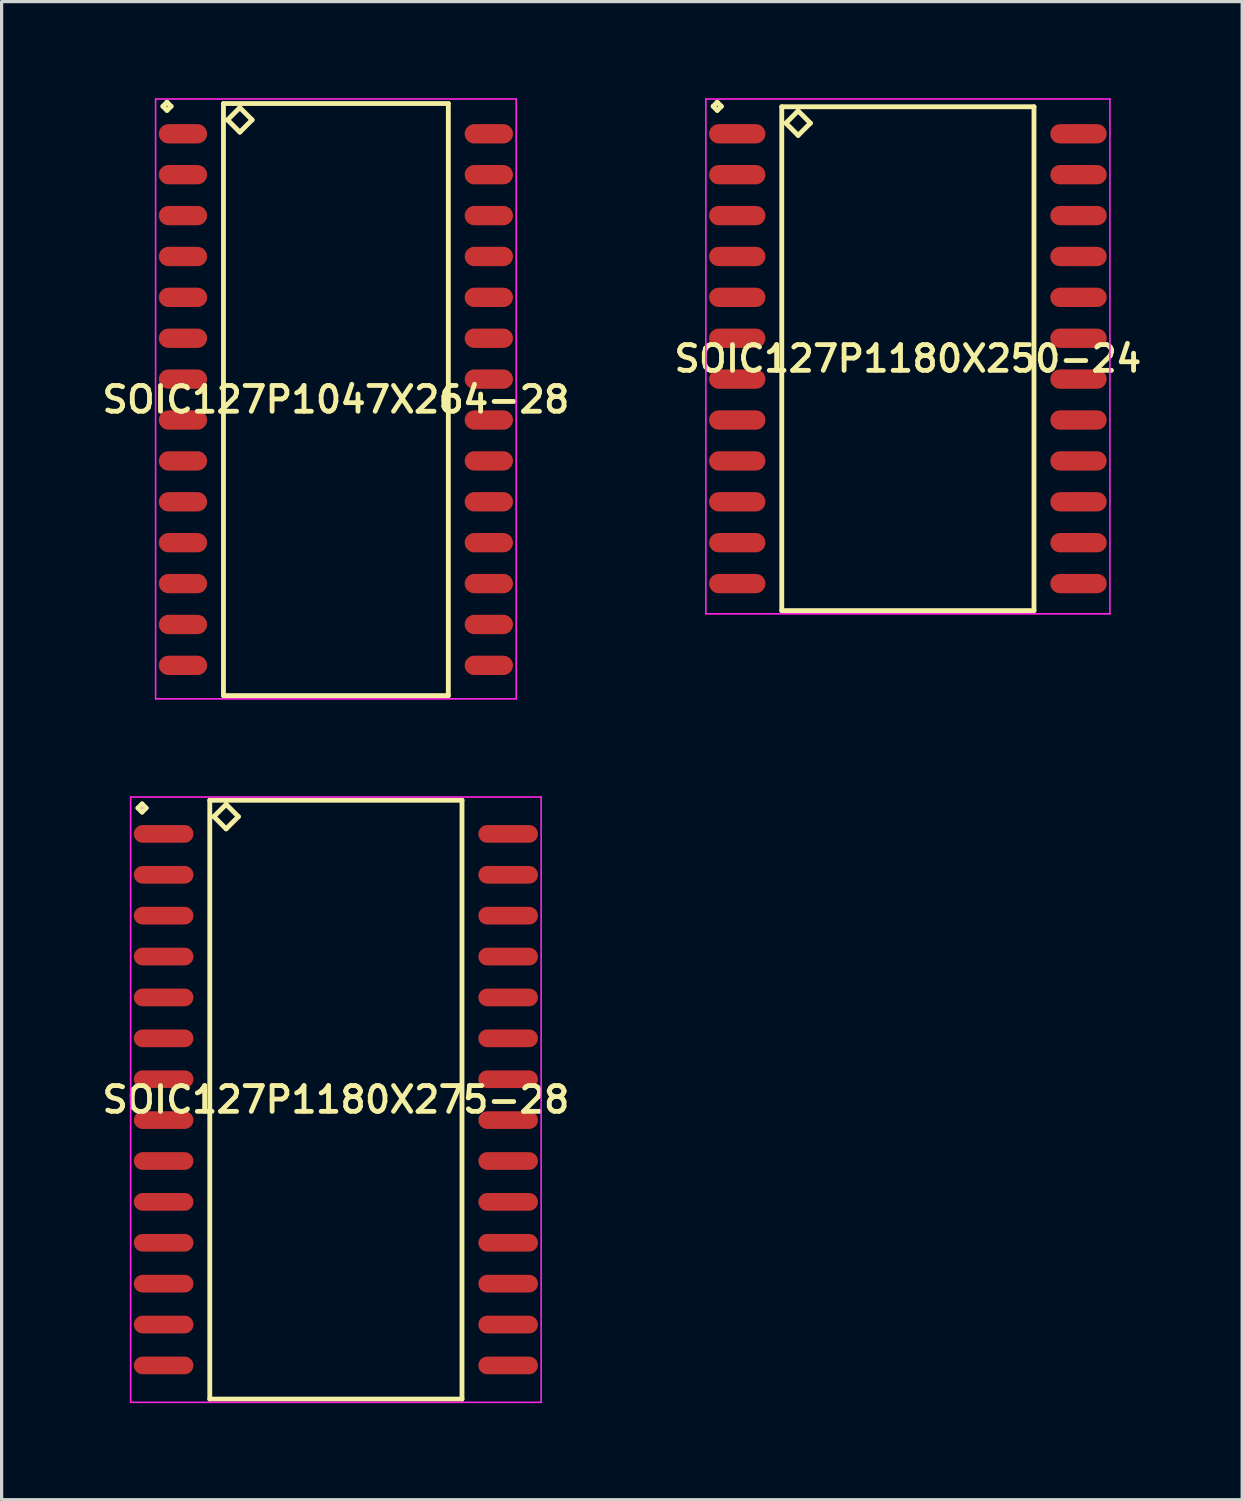
<source format=kicad_pcb>
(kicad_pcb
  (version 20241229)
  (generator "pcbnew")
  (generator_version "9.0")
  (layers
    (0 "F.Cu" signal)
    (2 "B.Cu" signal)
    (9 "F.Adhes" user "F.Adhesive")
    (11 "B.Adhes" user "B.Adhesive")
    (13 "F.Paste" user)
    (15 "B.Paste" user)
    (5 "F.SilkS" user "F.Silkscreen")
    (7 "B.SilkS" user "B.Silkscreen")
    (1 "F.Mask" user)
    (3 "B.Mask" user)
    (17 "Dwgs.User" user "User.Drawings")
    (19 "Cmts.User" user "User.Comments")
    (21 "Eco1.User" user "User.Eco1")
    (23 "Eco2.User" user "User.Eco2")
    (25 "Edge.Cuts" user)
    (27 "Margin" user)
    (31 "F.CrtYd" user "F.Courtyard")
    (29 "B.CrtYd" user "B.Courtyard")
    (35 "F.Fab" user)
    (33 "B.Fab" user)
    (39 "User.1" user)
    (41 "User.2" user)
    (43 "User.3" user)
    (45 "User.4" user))
  (footprint "SOIC127P1180X275-28"
    (layer "F.Cu")
    (at 7.383 31.106)
    (property "Reference" "SOIC127P1180X275-28" (at 0 0 0) (layer "F.SilkS") (effects (font (size 0.8 0.8) (thickness 0.15))))
    (attr smd)
    (fp_line (start -6.148 -9.059) (end -6.021 -9.186) (stroke (width 0.15) (type solid)) (layer "F.SilkS"))
    (fp_line (start -6.021 -9.186) (end -5.894 -9.059) (stroke (width 0.15) (type solid)) (layer "F.SilkS"))
    (fp_line (start -6.021 -8.932) (end -6.148 -9.059) (stroke (width 0.15) (type solid)) (layer "F.SilkS"))
    (fp_line (start -5.894 -9.059) (end -6.021 -8.932) (stroke (width 0.15) (type solid)) (layer "F.SilkS"))
    (fp_line (start -3.917 -9.3) (end -3.917 9.3) (stroke (width 0.15) (type solid)) (layer "F.SilkS"))
    (fp_line (start -3.917 9.3) (end 3.917 9.3) (stroke (width 0.15) (type solid)) (layer "F.SilkS"))
    (fp_line (start -3.79 -8.792) (end -3.409 -9.173) (stroke (width 0.15) (type solid)) (layer "F.SilkS"))
    (fp_line (start -3.409 -9.173) (end -3.028 -8.792) (stroke (width 0.15) (type solid)) (layer "F.SilkS"))
    (fp_line (start -3.409 -8.411) (end -3.79 -8.792) (stroke (width 0.15) (type solid)) (layer "F.SilkS"))
    (fp_line (start -3.028 -8.792) (end -3.409 -8.411) (stroke (width 0.15) (type solid)) (layer "F.SilkS"))
    (fp_line (start 3.917 -9.3) (end -3.917 -9.3) (stroke (width 0.15) (type solid)) (layer "F.SilkS"))
    (fp_line (start 3.917 9.3) (end 3.917 -9.3) (stroke (width 0.15) (type solid)) (layer "F.SilkS"))
    (fp_line (start -6.375 -9.4) (end 6.375 -9.4) (stroke (width 0.05) (type solid)) (layer "F.CrtYd"))
    (fp_line (start -6.375 9.4) (end -6.375 -9.4) (stroke (width 0.05) (type solid)) (layer "F.CrtYd"))
    (fp_line (start 6.375 -9.4) (end 6.375 9.4) (stroke (width 0.05) (type solid)) (layer "F.CrtYd"))
    (fp_line (start 6.375 9.4) (end -6.375 9.4) (stroke (width 0.05) (type solid)) (layer "F.CrtYd"))
    (pad "1" smd oval (at -5.35 -8.255) (size 1.85 0.55) (layers "F.Cu" "F.Mask" "F.Paste"))
    (pad "2" smd oval (at -5.35 -6.985) (size 1.85 0.55) (layers "F.Cu" "F.Mask" "F.Paste"))
    (pad "3" smd oval (at -5.35 -5.715) (size 1.85 0.55) (layers "F.Cu" "F.Mask" "F.Paste"))
    (pad "4" smd oval (at -5.35 -4.445) (size 1.85 0.55) (layers "F.Cu" "F.Mask" "F.Paste"))
    (pad "5" smd oval (at -5.35 -3.175) (size 1.85 0.55) (layers "F.Cu" "F.Mask" "F.Paste"))
    (pad "6" smd oval (at -5.35 -1.905) (size 1.85 0.55) (layers "F.Cu" "F.Mask" "F.Paste"))
    (pad "7" smd oval (at -5.35 -0.635) (size 1.85 0.55) (layers "F.Cu" "F.Mask" "F.Paste"))
    (pad "8" smd oval (at -5.35 0.635) (size 1.85 0.55) (layers "F.Cu" "F.Mask" "F.Paste"))
    (pad "9" smd oval (at -5.35 1.905) (size 1.85 0.55) (layers "F.Cu" "F.Mask" "F.Paste"))
    (pad "10" smd oval (at -5.35 3.175) (size 1.85 0.55) (layers "F.Cu" "F.Mask" "F.Paste"))
    (pad "11" smd oval (at -5.35 4.445) (size 1.85 0.55) (layers "F.Cu" "F.Mask" "F.Paste"))
    (pad "12" smd oval (at -5.35 5.715) (size 1.85 0.55) (layers "F.Cu" "F.Mask" "F.Paste"))
    (pad "13" smd oval (at -5.35 6.985) (size 1.85 0.55) (layers "F.Cu" "F.Mask" "F.Paste"))
    (pad "14" smd oval (at -5.35 8.255) (size 1.85 0.55) (layers "F.Cu" "F.Mask" "F.Paste"))
    (pad "15" smd oval (at 5.35 8.255) (size 1.85 0.55) (layers "F.Cu" "F.Mask" "F.Paste"))
    (pad "16" smd oval (at 5.35 6.985) (size 1.85 0.55) (layers "F.Cu" "F.Mask" "F.Paste"))
    (pad "17" smd oval (at 5.35 5.715) (size 1.85 0.55) (layers "F.Cu" "F.Mask" "F.Paste"))
    (pad "18" smd oval (at 5.35 4.445) (size 1.85 0.55) (layers "F.Cu" "F.Mask" "F.Paste"))
    (pad "19" smd oval (at 5.35 3.175) (size 1.85 0.55) (layers "F.Cu" "F.Mask" "F.Paste"))
    (pad "20" smd oval (at 5.35 1.905) (size 1.85 0.55) (layers "F.Cu" "F.Mask" "F.Paste"))
    (pad "21" smd oval (at 5.35 0.635) (size 1.85 0.55) (layers "F.Cu" "F.Mask" "F.Paste"))
    (pad "22" smd oval (at 5.35 -0.635) (size 1.85 0.55) (layers "F.Cu" "F.Mask" "F.Paste"))
    (pad "23" smd oval (at 5.35 -1.905) (size 1.85 0.55) (layers "F.Cu" "F.Mask" "F.Paste"))
    (pad "24" smd oval (at 5.35 -3.175) (size 1.85 0.55) (layers "F.Cu" "F.Mask" "F.Paste"))
    (pad "25" smd oval (at 5.35 -4.445) (size 1.85 0.55) (layers "F.Cu" "F.Mask" "F.Paste"))
    (pad "26" smd oval (at 5.35 -5.715) (size 1.85 0.55) (layers "F.Cu" "F.Mask" "F.Paste"))
    (pad "27" smd oval (at 5.35 -6.985) (size 1.85 0.55) (layers "F.Cu" "F.Mask" "F.Paste"))
    (pad "28" smd oval (at 5.35 -8.255) (size 1.85 0.55) (layers "F.Cu" "F.Mask" "F.Paste")))
  (footprint "SOIC127P1180X250-24"
    (layer "F.Cu")
    (at 25.149 8.091)
    (property "Reference" "SOIC127P1180X250-24" (at 0 0 0) (layer "F.SilkS") (effects (font (size 0.8 0.8) (thickness 0.15))))
    (attr smd)
    (fp_line (start -6.048 -7.839) (end -5.921 -7.966) (stroke (width 0.15) (type solid)) (layer "F.SilkS"))
    (fp_line (start -5.921 -7.966) (end -5.794 -7.839) (stroke (width 0.15) (type solid)) (layer "F.SilkS"))
    (fp_line (start -5.921 -7.712) (end -6.048 -7.839) (stroke (width 0.15) (type solid)) (layer "F.SilkS"))
    (fp_line (start -5.794 -7.839) (end -5.921 -7.712) (stroke (width 0.15) (type solid)) (layer "F.SilkS"))
    (fp_line (start -3.917 -7.825) (end -3.917 7.825) (stroke (width 0.15) (type solid)) (layer "F.SilkS"))
    (fp_line (start -3.917 7.825) (end 3.917 7.825) (stroke (width 0.15) (type solid)) (layer "F.SilkS"))
    (fp_line (start -3.79 -7.317) (end -3.409 -7.698) (stroke (width 0.15) (type solid)) (layer "F.SilkS"))
    (fp_line (start -3.409 -7.698) (end -3.028 -7.317) (stroke (width 0.15) (type solid)) (layer "F.SilkS"))
    (fp_line (start -3.409 -6.936) (end -3.79 -7.317) (stroke (width 0.15) (type solid)) (layer "F.SilkS"))
    (fp_line (start -3.028 -7.317) (end -3.409 -6.936) (stroke (width 0.15) (type solid)) (layer "F.SilkS"))
    (fp_line (start 3.917 -7.825) (end -3.917 -7.825) (stroke (width 0.15) (type solid)) (layer "F.SilkS"))
    (fp_line (start 3.917 7.825) (end 3.917 -7.825) (stroke (width 0.15) (type solid)) (layer "F.SilkS"))
    (fp_line (start -6.275 -8.066) (end 6.275 -8.066) (stroke (width 0.05) (type solid)) (layer "F.CrtYd"))
    (fp_line (start -6.275 7.925) (end -6.275 -8.066) (stroke (width 0.05) (type solid)) (layer "F.CrtYd"))
    (fp_line (start 6.275 -8.066) (end 6.275 7.925) (stroke (width 0.05) (type solid)) (layer "F.CrtYd"))
    (fp_line (start 6.275 7.925) (end -6.275 7.925) (stroke (width 0.05) (type solid)) (layer "F.CrtYd"))
    (pad "1" smd oval (at -5.3 -6.985) (size 1.75 0.6) (layers "F.Cu" "F.Mask" "F.Paste"))
    (pad "2" smd oval (at -5.3 -5.715) (size 1.75 0.6) (layers "F.Cu" "F.Mask" "F.Paste"))
    (pad "3" smd oval (at -5.3 -4.445) (size 1.75 0.6) (layers "F.Cu" "F.Mask" "F.Paste"))
    (pad "4" smd oval (at -5.3 -3.175) (size 1.75 0.6) (layers "F.Cu" "F.Mask" "F.Paste"))
    (pad "5" smd oval (at -5.3 -1.905) (size 1.75 0.6) (layers "F.Cu" "F.Mask" "F.Paste"))
    (pad "6" smd oval (at -5.3 -0.635) (size 1.75 0.6) (layers "F.Cu" "F.Mask" "F.Paste"))
    (pad "7" smd oval (at -5.3 0.635) (size 1.75 0.6) (layers "F.Cu" "F.Mask" "F.Paste"))
    (pad "8" smd oval (at -5.3 1.905) (size 1.75 0.6) (layers "F.Cu" "F.Mask" "F.Paste"))
    (pad "9" smd oval (at -5.3 3.175) (size 1.75 0.6) (layers "F.Cu" "F.Mask" "F.Paste"))
    (pad "10" smd oval (at -5.3 4.445) (size 1.75 0.6) (layers "F.Cu" "F.Mask" "F.Paste"))
    (pad "11" smd oval (at -5.3 5.715) (size 1.75 0.6) (layers "F.Cu" "F.Mask" "F.Paste"))
    (pad "12" smd oval (at -5.3 6.985) (size 1.75 0.6) (layers "F.Cu" "F.Mask" "F.Paste"))
    (pad "13" smd oval (at 5.3 6.985) (size 1.75 0.6) (layers "F.Cu" "F.Mask" "F.Paste"))
    (pad "14" smd oval (at 5.3 5.715) (size 1.75 0.6) (layers "F.Cu" "F.Mask" "F.Paste"))
    (pad "15" smd oval (at 5.3 4.445) (size 1.75 0.6) (layers "F.Cu" "F.Mask" "F.Paste"))
    (pad "16" smd oval (at 5.3 3.175) (size 1.75 0.6) (layers "F.Cu" "F.Mask" "F.Paste"))
    (pad "17" smd oval (at 5.3 1.905) (size 1.75 0.6) (layers "F.Cu" "F.Mask" "F.Paste"))
    (pad "18" smd oval (at 5.3 0.635) (size 1.75 0.6) (layers "F.Cu" "F.Mask" "F.Paste"))
    (pad "19" smd oval (at 5.3 -0.635) (size 1.75 0.6) (layers "F.Cu" "F.Mask" "F.Paste"))
    (pad "20" smd oval (at 5.3 -1.905) (size 1.75 0.6) (layers "F.Cu" "F.Mask" "F.Paste"))
    (pad "21" smd oval (at 5.3 -3.175) (size 1.75 0.6) (layers "F.Cu" "F.Mask" "F.Paste"))
    (pad "22" smd oval (at 5.3 -4.445) (size 1.75 0.6) (layers "F.Cu" "F.Mask" "F.Paste"))
    (pad "23" smd oval (at 5.3 -5.715) (size 1.75 0.6) (layers "F.Cu" "F.Mask" "F.Paste"))
    (pad "24" smd oval (at 5.3 -6.985) (size 1.75 0.6) (layers "F.Cu" "F.Mask" "F.Paste")))
  (footprint "SOIC127P1047X264-28"
    (layer "F.Cu")
    (at 7.383 9.361)
    (property "Reference" "SOIC127P1047X264-28" (at 0 0 0) (layer "F.SilkS") (effects (font (size 0.8 0.8) (thickness 0.15))))
    (attr smd)
    (fp_line (start -5.373 -9.109) (end -5.246 -9.236) (stroke (width 0.15) (type solid)) (layer "F.SilkS"))
    (fp_line (start -5.246 -9.236) (end -5.119 -9.109) (stroke (width 0.15) (type solid)) (layer "F.SilkS"))
    (fp_line (start -5.246 -8.982) (end -5.373 -9.109) (stroke (width 0.15) (type solid)) (layer "F.SilkS"))
    (fp_line (start -5.119 -9.109) (end -5.246 -8.982) (stroke (width 0.15) (type solid)) (layer "F.SilkS"))
    (fp_line (start -3.492 -9.195) (end -3.492 9.195) (stroke (width 0.15) (type solid)) (layer "F.SilkS"))
    (fp_line (start -3.492 9.195) (end 3.492 9.195) (stroke (width 0.15) (type solid)) (layer "F.SilkS"))
    (fp_line (start -3.365 -8.687) (end -2.984 -9.068) (stroke (width 0.15) (type solid)) (layer "F.SilkS"))
    (fp_line (start -2.984 -9.068) (end -2.603 -8.687) (stroke (width 0.15) (type solid)) (layer "F.SilkS"))
    (fp_line (start -2.984 -8.306) (end -3.365 -8.687) (stroke (width 0.15) (type solid)) (layer "F.SilkS"))
    (fp_line (start -2.603 -8.687) (end -2.984 -8.306) (stroke (width 0.15) (type solid)) (layer "F.SilkS"))
    (fp_line (start 3.492 -9.195) (end -3.492 -9.195) (stroke (width 0.15) (type solid)) (layer "F.SilkS"))
    (fp_line (start 3.492 9.195) (end 3.492 -9.195) (stroke (width 0.15) (type solid)) (layer "F.SilkS"))
    (fp_line (start -5.6 -9.336) (end 5.6 -9.336) (stroke (width 0.05) (type solid)) (layer "F.CrtYd"))
    (fp_line (start -5.6 9.295) (end -5.6 -9.336) (stroke (width 0.05) (type solid)) (layer "F.CrtYd"))
    (fp_line (start 5.6 -9.336) (end 5.6 9.295) (stroke (width 0.05) (type solid)) (layer "F.CrtYd"))
    (fp_line (start 5.6 9.295) (end -5.6 9.295) (stroke (width 0.05) (type solid)) (layer "F.CrtYd"))
    (pad "1" smd oval (at -4.75 -8.255) (size 1.5 0.6) (layers "F.Cu" "F.Mask" "F.Paste"))
    (pad "2" smd oval (at -4.75 -6.985) (size 1.5 0.6) (layers "F.Cu" "F.Mask" "F.Paste"))
    (pad "3" smd oval (at -4.75 -5.715) (size 1.5 0.6) (layers "F.Cu" "F.Mask" "F.Paste"))
    (pad "4" smd oval (at -4.75 -4.445) (size 1.5 0.6) (layers "F.Cu" "F.Mask" "F.Paste"))
    (pad "5" smd oval (at -4.75 -3.175) (size 1.5 0.6) (layers "F.Cu" "F.Mask" "F.Paste"))
    (pad "6" smd oval (at -4.75 -1.905) (size 1.5 0.6) (layers "F.Cu" "F.Mask" "F.Paste"))
    (pad "7" smd oval (at -4.75 -0.635) (size 1.5 0.6) (layers "F.Cu" "F.Mask" "F.Paste"))
    (pad "8" smd oval (at -4.75 0.635) (size 1.5 0.6) (layers "F.Cu" "F.Mask" "F.Paste"))
    (pad "9" smd oval (at -4.75 1.905) (size 1.5 0.6) (layers "F.Cu" "F.Mask" "F.Paste"))
    (pad "10" smd oval (at -4.75 3.175) (size 1.5 0.6) (layers "F.Cu" "F.Mask" "F.Paste"))
    (pad "11" smd oval (at -4.75 4.445) (size 1.5 0.6) (layers "F.Cu" "F.Mask" "F.Paste"))
    (pad "12" smd oval (at -4.75 5.715) (size 1.5 0.6) (layers "F.Cu" "F.Mask" "F.Paste"))
    (pad "13" smd oval (at -4.75 6.985) (size 1.5 0.6) (layers "F.Cu" "F.Mask" "F.Paste"))
    (pad "14" smd oval (at -4.75 8.255) (size 1.5 0.6) (layers "F.Cu" "F.Mask" "F.Paste"))
    (pad "15" smd oval (at 4.75 8.255) (size 1.5 0.6) (layers "F.Cu" "F.Mask" "F.Paste"))
    (pad "16" smd oval (at 4.75 6.985) (size 1.5 0.6) (layers "F.Cu" "F.Mask" "F.Paste"))
    (pad "17" smd oval (at 4.75 5.715) (size 1.5 0.6) (layers "F.Cu" "F.Mask" "F.Paste"))
    (pad "18" smd oval (at 4.75 4.445) (size 1.5 0.6) (layers "F.Cu" "F.Mask" "F.Paste"))
    (pad "19" smd oval (at 4.75 3.175) (size 1.5 0.6) (layers "F.Cu" "F.Mask" "F.Paste"))
    (pad "20" smd oval (at 4.75 1.905) (size 1.5 0.6) (layers "F.Cu" "F.Mask" "F.Paste"))
    (pad "21" smd oval (at 4.75 0.635) (size 1.5 0.6) (layers "F.Cu" "F.Mask" "F.Paste"))
    (pad "22" smd oval (at 4.75 -0.635) (size 1.5 0.6) (layers "F.Cu" "F.Mask" "F.Paste"))
    (pad "23" smd oval (at 4.75 -1.905) (size 1.5 0.6) (layers "F.Cu" "F.Mask" "F.Paste"))
    (pad "24" smd oval (at 4.75 -3.175) (size 1.5 0.6) (layers "F.Cu" "F.Mask" "F.Paste"))
    (pad "25" smd oval (at 4.75 -4.445) (size 1.5 0.6) (layers "F.Cu" "F.Mask" "F.Paste"))
    (pad "26" smd oval (at 4.75 -5.715) (size 1.5 0.6) (layers "F.Cu" "F.Mask" "F.Paste"))
    (pad "27" smd oval (at 4.75 -6.985) (size 1.5 0.6) (layers "F.Cu" "F.Mask" "F.Paste"))
    (pad "28" smd oval (at 4.75 -8.255) (size 1.5 0.6) (layers "F.Cu" "F.Mask" "F.Paste")))
  (gr_rect
    (start -3 -3)
    (end 35.532 43.531)
    (stroke (width 0.1) (type default))
    (fill no)
    (layer "Edge.Cuts")))
</source>
